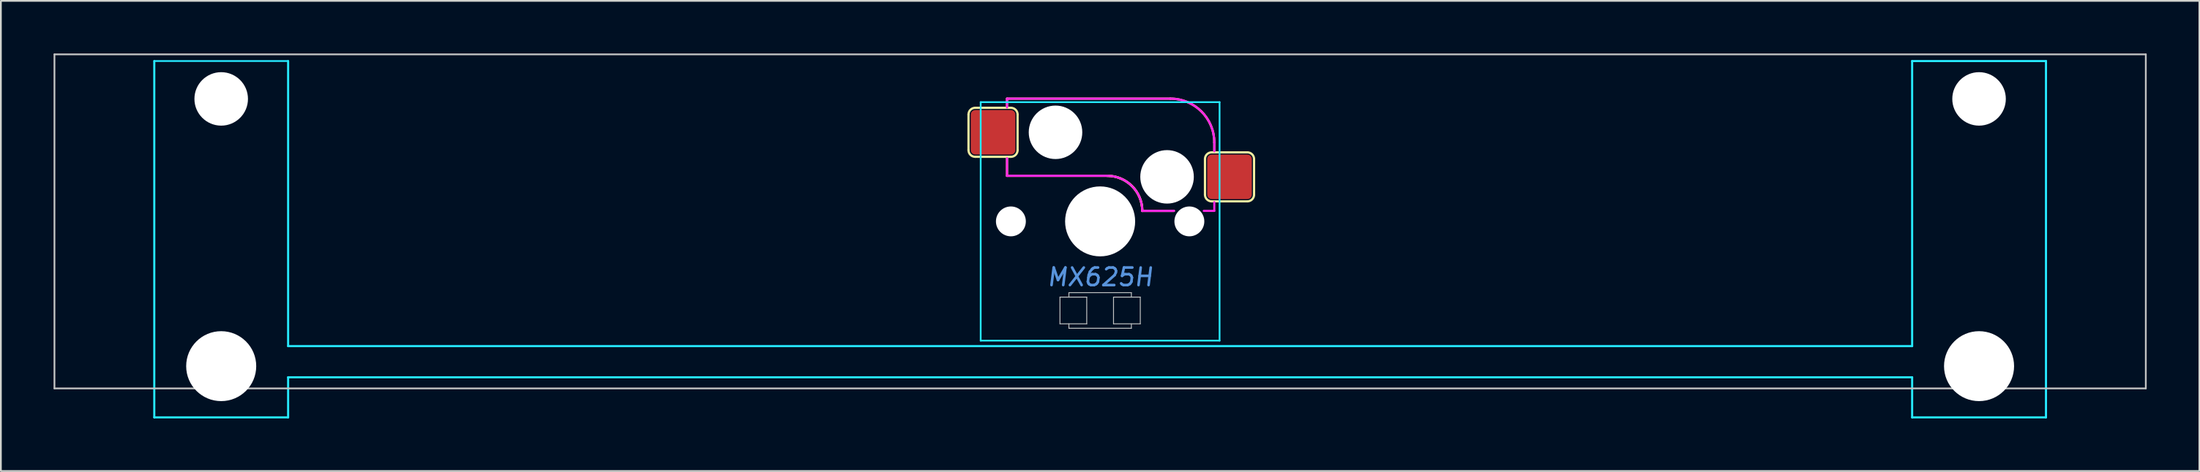
<source format=kicad_pcb>
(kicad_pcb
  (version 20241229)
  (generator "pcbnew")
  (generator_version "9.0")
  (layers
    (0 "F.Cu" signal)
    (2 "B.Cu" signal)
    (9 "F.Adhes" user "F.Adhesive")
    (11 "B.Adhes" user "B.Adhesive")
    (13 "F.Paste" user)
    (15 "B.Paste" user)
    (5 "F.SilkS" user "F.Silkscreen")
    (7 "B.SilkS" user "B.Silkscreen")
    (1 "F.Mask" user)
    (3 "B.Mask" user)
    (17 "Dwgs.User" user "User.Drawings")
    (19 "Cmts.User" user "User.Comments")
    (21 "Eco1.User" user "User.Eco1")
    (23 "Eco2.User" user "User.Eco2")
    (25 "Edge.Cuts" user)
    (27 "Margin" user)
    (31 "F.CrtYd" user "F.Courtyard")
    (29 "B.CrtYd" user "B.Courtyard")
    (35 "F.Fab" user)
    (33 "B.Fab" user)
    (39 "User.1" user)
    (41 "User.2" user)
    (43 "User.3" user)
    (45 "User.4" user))
  (footprint "MX625H"
    (layer "F.Cu")
    (at 59.581 9.575)
    (property "Reference" "MX625H" (at 0 3.175 0) (layer "Cmts.User") (effects (font (size 1 1) (thickness 0.15) (italic yes))))
    (attr through_hole)
    (fp_line (start -7.493 -6.096) (end -7.493 -4.064) (stroke (width 0.127) (type solid)) (layer "F.SilkS"))
    (fp_line (start -7.112 -3.683) (end -5.08 -3.683) (stroke (width 0.127) (type solid)) (layer "F.SilkS"))
    (fp_line (start -5.3 -7) (end -5.3 -6.5) (stroke (width 0.127) (type solid)) (layer "F.SilkS"))
    (fp_line (start -5.3 -3.6) (end -5.3 -2.6) (stroke (width 0.127) (type solid)) (layer "F.SilkS"))
    (fp_line (start -5.08 -6.477) (end -7.112 -6.477) (stroke (width 0.127) (type solid)) (layer "F.SilkS"))
    (fp_line (start -4.699 -4.064) (end -4.699 -6.096) (stroke (width 0.127) (type solid)) (layer "F.SilkS"))
    (fp_line (start 0.4 -2.6) (end -5.3 -2.6) (stroke (width 0.127) (type solid)) (layer "F.SilkS"))
    (fp_line (start 4 -7) (end -5.3 -7) (stroke (width 0.12) (type solid)) (layer "F.SilkS"))
    (fp_line (start 4.2 -0.6) (end 2.4 -0.6) (stroke (width 0.127) (type solid)) (layer "F.SilkS"))
    (fp_line (start 5.969 -3.556) (end 5.969 -1.524) (stroke (width 0.127) (type solid)) (layer "F.SilkS"))
    (fp_line (start 6.35 -1.143) (end 8.382 -1.143) (stroke (width 0.127) (type solid)) (layer "F.SilkS"))
    (fp_line (start 6.5 -4.5) (end 6.5 -4) (stroke (width 0.12) (type solid)) (layer "F.SilkS"))
    (fp_line (start 8.382 -3.937) (end 6.35 -3.937) (stroke (width 0.127) (type solid)) (layer "F.SilkS"))
    (fp_line (start 8.763 -1.524) (end 8.763 -3.556) (stroke (width 0.127) (type solid)) (layer "F.SilkS"))
    (fp_arc (start -7.493 -6.096) (mid -7.381408 -6.365408) (end -7.112 -6.477) (stroke (width 0.127) (type solid)) (layer "F.SilkS"))
    (fp_arc (start -7.112 -3.683) (mid -7.381408 -3.794592) (end -7.493 -4.064) (stroke (width 0.127) (type solid)) (layer "F.SilkS"))
    (fp_arc (start -5.08 -6.477) (mid -4.810592 -6.365408) (end -4.699 -6.096) (stroke (width 0.127) (type solid)) (layer "F.SilkS"))
    (fp_arc (start -4.699 -4.064) (mid -4.810592 -3.794592) (end -5.08 -3.683) (stroke (width 0.127) (type solid)) (layer "F.SilkS"))
    (fp_arc (start 0.4 -2.6) (mid 1.814214 -2.014214) (end 2.4 -0.6) (stroke (width 0.127) (type solid)) (layer "F.SilkS"))
    (fp_arc (start 0.4 -2.6) (mid 1.814214 -2.014214) (end 2.4 -0.6) (stroke (width 0.127) (type solid)) (layer "F.SilkS"))
    (fp_arc (start 4 -7) (mid 5.767767 -6.267767) (end 6.5 -4.5) (stroke (width 0.127) (type solid)) (layer "F.SilkS"))
    (fp_arc (start 5.969 -3.556) (mid 6.080592 -3.825408) (end 6.35 -3.937) (stroke (width 0.127) (type solid)) (layer "F.SilkS"))
    (fp_arc (start 6.35 -1.143) (mid 6.080592 -1.254592) (end 5.969 -1.524) (stroke (width 0.127) (type solid)) (layer "F.SilkS"))
    (fp_arc (start 8.382 -3.937) (mid 8.651408 -3.825408) (end 8.763 -3.556) (stroke (width 0.127) (type solid)) (layer "F.SilkS"))
    (fp_arc (start 8.763 -1.524) (mid 8.651408 -1.254592) (end 8.382 -1.143) (stroke (width 0.127) (type solid)) (layer "F.SilkS"))
    (fp_line (start -59.531 -9.525) (end -59.531 9.525) (stroke (width 0.1) (type solid)) (layer "Dwgs.User"))
    (fp_line (start -59.531 -9.525) (end 59.531 -9.525) (stroke (width 0.1) (type solid)) (layer "Dwgs.User"))
    (fp_line (start -59.531 9.525) (end 59.531 9.525) (stroke (width 0.1) (type solid)) (layer "Dwgs.User"))
    (fp_line (start -2.286 4.318) (end -0.762 4.318) (stroke (width 0.051) (type solid)) (layer "Dwgs.User"))
    (fp_line (start -2.286 5.842) (end -2.286 4.318) (stroke (width 0.051) (type solid)) (layer "Dwgs.User"))
    (fp_line (start -1.778 4.064) (end 1.778 4.064) (stroke (width 0.051) (type solid)) (layer "Dwgs.User"))
    (fp_line (start -1.778 4.318) (end -1.778 4.064) (stroke (width 0.051) (type solid)) (layer "Dwgs.User"))
    (fp_line (start -1.778 6.096) (end -1.778 5.842) (stroke (width 0.051) (type solid)) (layer "Dwgs.User"))
    (fp_line (start -0.762 4.318) (end -0.762 5.842) (stroke (width 0.051) (type solid)) (layer "Dwgs.User"))
    (fp_line (start -0.762 5.842) (end -2.286 5.842) (stroke (width 0.051) (type solid)) (layer "Dwgs.User"))
    (fp_line (start 0.762 4.318) (end 2.286 4.318) (stroke (width 0.051) (type solid)) (layer "Dwgs.User"))
    (fp_line (start 0.762 5.842) (end 0.762 4.318) (stroke (width 0.051) (type solid)) (layer "Dwgs.User"))
    (fp_line (start 1.778 4.064) (end 1.778 4.318) (stroke (width 0.051) (type solid)) (layer "Dwgs.User"))
    (fp_line (start 1.778 5.842) (end 1.778 6.096) (stroke (width 0.051) (type solid)) (layer "Dwgs.User"))
    (fp_line (start 1.778 6.096) (end -1.778 6.096) (stroke (width 0.051) (type solid)) (layer "Dwgs.User"))
    (fp_line (start 2.286 4.318) (end 2.286 5.842) (stroke (width 0.051) (type solid)) (layer "Dwgs.User"))
    (fp_line (start 2.286 5.842) (end 0.762 5.842) (stroke (width 0.051) (type solid)) (layer "Dwgs.User"))
    (fp_line (start 59.531 -9.525) (end 59.531 9.525) (stroke (width 0.1) (type solid)) (layer "Dwgs.User"))
    (fp_line (start -53.848 -9.144) (end -46.228 -9.144) (stroke (width 0.1) (type solid)) (layer "B.CrtYd"))
    (fp_line (start -53.848 11.176) (end -53.848 -9.144) (stroke (width 0.12) (type solid)) (layer "B.CrtYd"))
    (fp_line (start -53.848 11.176) (end -46.228 11.176) (stroke (width 0.12) (type solid)) (layer "B.CrtYd"))
    (fp_line (start -46.228 7.112) (end -46.228 -9.144) (stroke (width 0.12) (type solid)) (layer "B.CrtYd"))
    (fp_line (start -46.228 7.112) (end 46.228 7.112) (stroke (width 0.12) (type solid)) (layer "B.CrtYd"))
    (fp_line (start -46.228 8.89) (end 46.228 8.89) (stroke (width 0.12) (type solid)) (layer "B.CrtYd"))
    (fp_line (start -46.228 11.176) (end -46.228 8.89) (stroke (width 0.12) (type solid)) (layer "B.CrtYd"))
    (fp_line (start -6.8 -6.8) (end -6.8 6.8) (stroke (width 0.1) (type solid)) (layer "B.CrtYd"))
    (fp_line (start 6.8 -6.8) (end -6.8 -6.8) (stroke (width 0.1) (type solid)) (layer "B.CrtYd"))
    (fp_line (start 6.8 -6.8) (end 6.8 6.8) (stroke (width 0.1) (type solid)) (layer "B.CrtYd"))
    (fp_line (start 6.8 6.8) (end -6.8 6.8) (stroke (width 0.1) (type solid)) (layer "B.CrtYd"))
    (fp_line (start 46.228 7.112) (end 46.228 -9.144) (stroke (width 0.12) (type solid)) (layer "B.CrtYd"))
    (fp_line (start 46.228 11.176) (end 46.228 8.89) (stroke (width 0.12) (type solid)) (layer "B.CrtYd"))
    (fp_line (start 53.848 -9.144) (end 46.228 -9.144) (stroke (width 0.12) (type solid)) (layer "B.CrtYd"))
    (fp_line (start 53.848 11.176) (end 46.228 11.176) (stroke (width 0.12) (type solid)) (layer "B.CrtYd"))
    (fp_line (start 53.848 11.176) (end 53.848 -9.144) (stroke (width 0.12) (type solid)) (layer "B.CrtYd"))
    (fp_line (start -5.3 -7) (end -5.3 -6.5) (stroke (width 0.127) (type solid)) (layer "F.CrtYd"))
    (fp_line (start -5.3 -3.6) (end -5.3 -2.6) (stroke (width 0.127) (type solid)) (layer "F.CrtYd"))
    (fp_line (start -5.2 -7) (end -5.3 -7) (stroke (width 0.12) (type solid)) (layer "F.CrtYd"))
    (fp_line (start 0.4 -2.6) (end -5.3 -2.6) (stroke (width 0.127) (type solid)) (layer "F.CrtYd"))
    (fp_line (start 4 -7) (end -5.2 -7) (stroke (width 0.12) (type solid)) (layer "F.CrtYd"))
    (fp_line (start 4.2 -0.6) (end 2.4 -0.6) (stroke (width 0.127) (type solid)) (layer "F.CrtYd"))
    (fp_line (start 6.5 -4.5) (end 6.5 -4) (stroke (width 0.127) (type solid)) (layer "F.CrtYd"))
    (fp_line (start 6.5 -1.1) (end 6.5 -0.6) (stroke (width 0.12) (type solid)) (layer "F.CrtYd"))
    (fp_line (start 6.5 -0.6) (end 5.9 -0.6) (stroke (width 0.12) (type solid)) (layer "F.CrtYd"))
    (fp_arc (start 0.4 -2.6) (mid 1.814214 -2.014214) (end 2.4 -0.6) (stroke (width 0.127) (type solid)) (layer "F.CrtYd"))
    (fp_arc (start 4 -7) (mid 5.767767 -6.267767) (end 6.5 -4.5) (stroke (width 0.127) (type solid)) (layer "F.CrtYd"))
    (pad "" np_thru_hole circle (at -50.038 -6.985) (size 3.048 3.048) (drill 3.048) (layers "*.Cu" "*.Mask"))
    (pad "" np_thru_hole circle (at -50.038 8.255) (size 3.988 3.988) (drill 3.988) (layers "*.Cu" "*.Mask"))
    (pad "" np_thru_hole circle (at -5.08 0) (size 1.702 1.702) (drill 1.702) (layers "*.Cu" "*.Mask"))
    (pad "" np_thru_hole circle (at -2.54 -5.08) (size 3.048 3.048) (drill 3.048) (layers "*.Cu" "*.Mask"))
    (pad "" np_thru_hole circle (at 0 0) (size 3.988 3.988) (drill 3.988) (layers "*.Cu" "*.Mask"))
    (pad "" np_thru_hole circle (at 3.81 -2.54) (size 3.048 3.048) (drill 3.048) (layers "*.Cu" "*.Mask"))
    (pad "" np_thru_hole circle (at 5.08 0) (size 1.702 1.702) (drill 1.702) (layers "*.Cu" "*.Mask"))
    (pad "" np_thru_hole circle (at 50.038 -6.985) (size 3.048 3.048) (drill 3.048) (layers "*.Cu" "*.Mask"))
    (pad "" np_thru_hole circle (at 50.038 8.255) (size 3.988 3.988) (drill 3.988) (layers "*.Cu" "*.Mask"))
    (pad "1" smd roundrect (at -6.096 -5.08) (size 2.54 2.54) (layers "F.Cu" "F.Mask") (roundrect_rratio 0.1))
    (pad "2" smd roundrect (at 7.366 -2.54) (size 2.54 2.54) (layers "F.Cu" "F.Mask") (roundrect_rratio 0.1)))
  (gr_rect
    (start -3 -3)
    (end 122.162 23.811)
    (stroke (width 0.1) (type default))
    (fill no)
    (layer "Edge.Cuts")))
</source>
